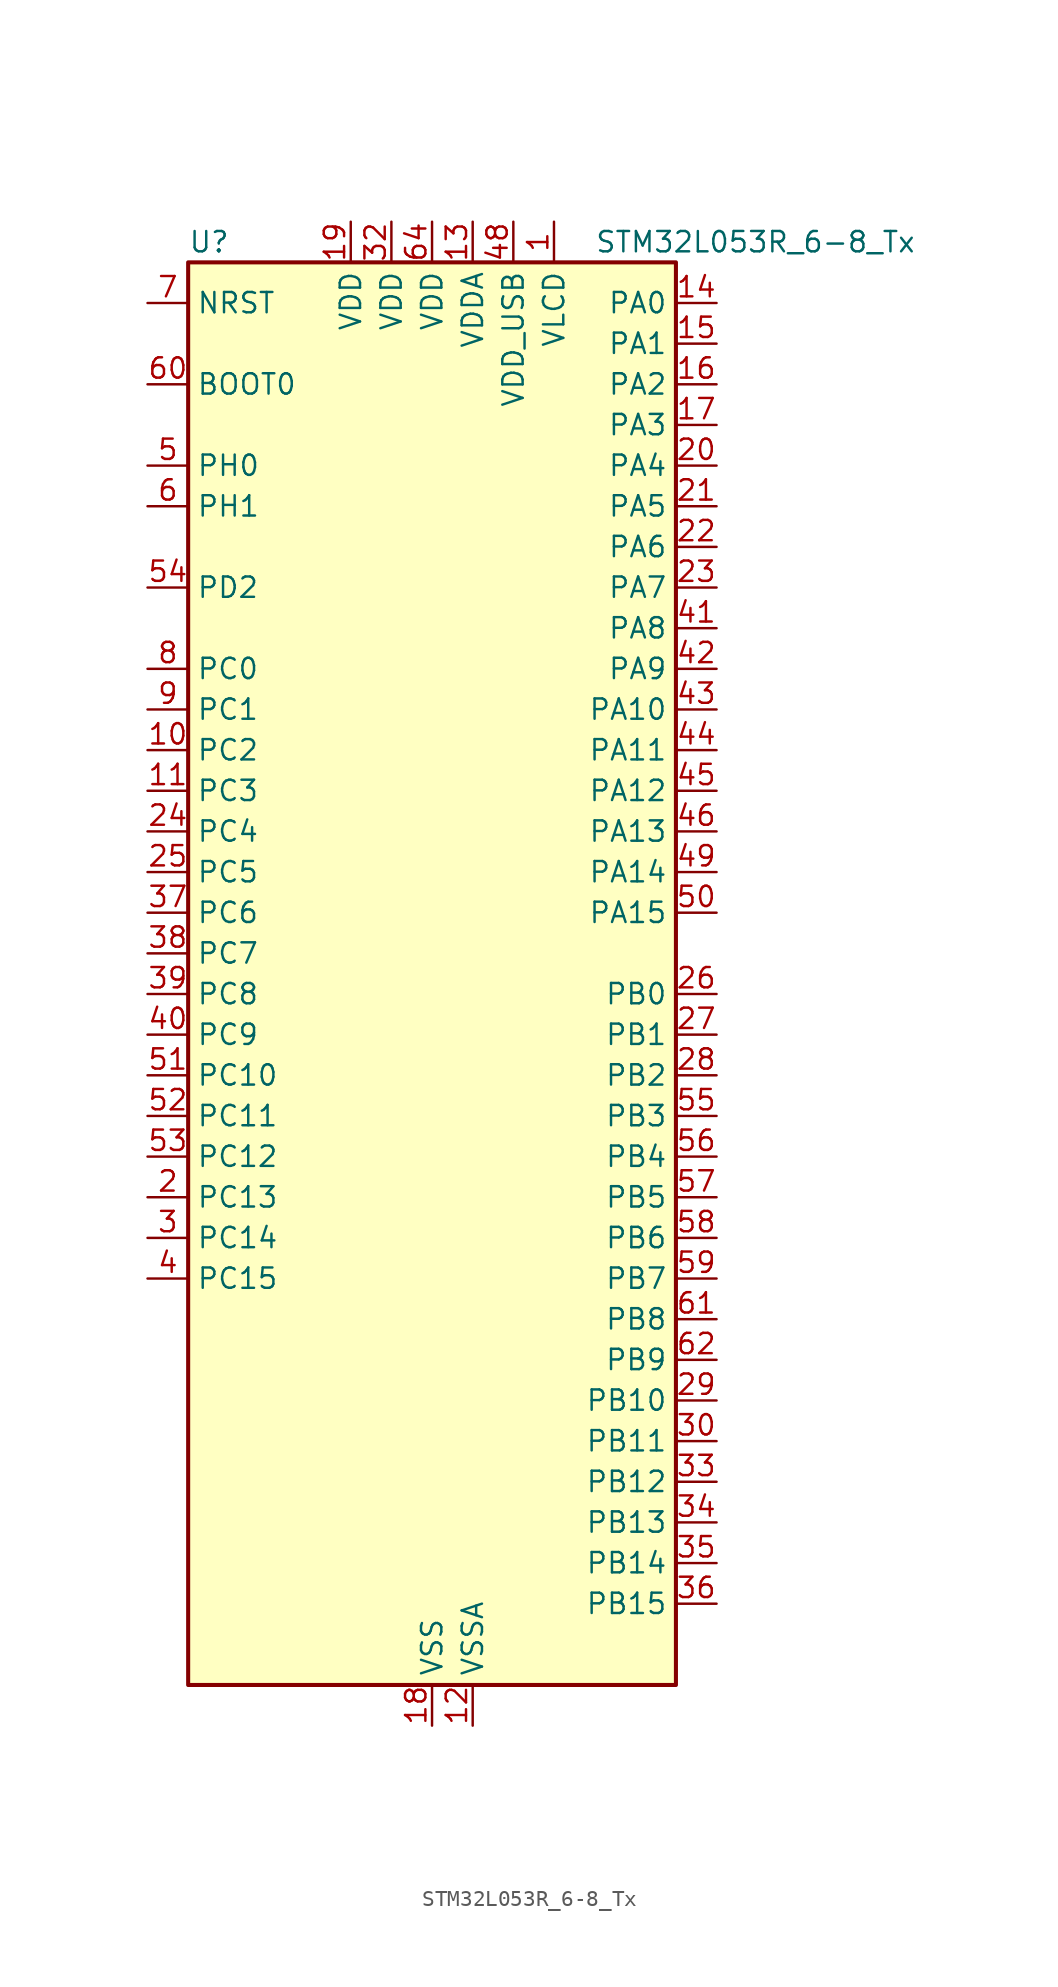
<source format=kicad_sym>
(kicad_symbol_lib
  (version 20220914)
  (generator kicad_symbol_editor)
  (symbol "STM32L053R_6-8_Tx"
    (property "Reference" "U"
      (at -15.24 46.99 0)
      (effects (font (size 1.27 1.27)) (justify left)))
    (property "Value" "STM32L053R_6-8_Tx"
      (at 10.16 46.99 0)
      (effects (font (size 1.27 1.27)) (justify left)))
    (property "ki_locked" ""
      (at 0 0 0)
      (effects (font (size 1.27 1.27))))
    (symbol "STM32L053R_6-8_Tx_0_1"
      (rectangle (start -15.24 -43.18) (end 15.24 45.72) (stroke (width 0.254) (type default)) (fill (type background))))
    (symbol "STM32L053R_6-8_Tx_1_1"
      (pin power_in line (at 7.62 48.26 270) (length 2.54) (name "VLCD" (effects (font (size 1.27 1.27)))) (number "1" (effects (font (size 1.27 1.27)))))
      (pin bidirectional line (at -17.78 15.24 0) (length 2.54) (name "PC2" (effects (font (size 1.27 1.27)))) (number "10" (effects (font (size 1.27 1.27)))) (alternate "ADC_IN12" bidirectional line) (alternate "I2S2_MCK" bidirectional line) (alternate "LCD_SEG20" bidirectional line) (alternate "LPTIM1_IN2" bidirectional line) (alternate "SPI2_MISO" bidirectional line) (alternate "TSC_G7_IO3" bidirectional line))
      (pin bidirectional line (at -17.78 12.7 0) (length 2.54) (name "PC3" (effects (font (size 1.27 1.27)))) (number "11" (effects (font (size 1.27 1.27)))) (alternate "ADC_IN13" bidirectional line) (alternate "I2S2_SD" bidirectional line) (alternate "LCD_SEG21" bidirectional line) (alternate "LPTIM1_ETR" bidirectional line) (alternate "SPI2_MOSI" bidirectional line) (alternate "TSC_G7_IO4" bidirectional line))
      (pin power_in line (at 2.54 -45.72 90) (length 2.54) (name "VSSA" (effects (font (size 1.27 1.27)))) (number "12" (effects (font (size 1.27 1.27)))))
      (pin power_in line (at 2.54 48.26 270) (length 2.54) (name "VDDA" (effects (font (size 1.27 1.27)))) (number "13" (effects (font (size 1.27 1.27)))))
      (pin bidirectional line (at 17.78 43.18 180) (length 2.54) (name "PA0" (effects (font (size 1.27 1.27)))) (number "14" (effects (font (size 1.27 1.27)))) (alternate "ADC_IN0" bidirectional line) (alternate "COMP1_INM" bidirectional line) (alternate "COMP1_OUT" bidirectional line) (alternate "RTC_TAMP2" bidirectional line) (alternate "SYS_WKUP1" bidirectional line) (alternate "TIM2_CH1" bidirectional line) (alternate "TIM2_ETR" bidirectional line) (alternate "TSC_G1_IO1" bidirectional line) (alternate "USART2_CTS" bidirectional line))
      (pin bidirectional line (at 17.78 40.64 180) (length 2.54) (name "PA1" (effects (font (size 1.27 1.27)))) (number "15" (effects (font (size 1.27 1.27)))) (alternate "ADC_IN1" bidirectional line) (alternate "COMP1_INP" bidirectional line) (alternate "LCD_SEG0" bidirectional line) (alternate "TIM21_ETR" bidirectional line) (alternate "TIM2_CH2" bidirectional line) (alternate "TSC_G1_IO2" bidirectional line) (alternate "USART2_DE" bidirectional line) (alternate "USART2_RTS" bidirectional line))
      (pin bidirectional line (at 17.78 38.1 180) (length 2.54) (name "PA2" (effects (font (size 1.27 1.27)))) (number "16" (effects (font (size 1.27 1.27)))) (alternate "ADC_IN2" bidirectional line) (alternate "COMP2_INM" bidirectional line) (alternate "COMP2_OUT" bidirectional line) (alternate "LCD_SEG1" bidirectional line) (alternate "TIM21_CH1" bidirectional line) (alternate "TIM2_CH3" bidirectional line) (alternate "TSC_G1_IO3" bidirectional line) (alternate "USART2_TX" bidirectional line))
      (pin bidirectional line (at 17.78 35.56 180) (length 2.54) (name "PA3" (effects (font (size 1.27 1.27)))) (number "17" (effects (font (size 1.27 1.27)))) (alternate "ADC_IN3" bidirectional line) (alternate "COMP2_INP" bidirectional line) (alternate "LCD_SEG2" bidirectional line) (alternate "TIM21_CH2" bidirectional line) (alternate "TIM2_CH4" bidirectional line) (alternate "TSC_G1_IO4" bidirectional line) (alternate "USART2_RX" bidirectional line))
      (pin power_in line (at 0 -45.72 90) (length 2.54) (name "VSS" (effects (font (size 1.27 1.27)))) (number "18" (effects (font (size 1.27 1.27)))))
      (pin power_in line (at -5.08 48.26 270) (length 2.54) (name "VDD" (effects (font (size 1.27 1.27)))) (number "19" (effects (font (size 1.27 1.27)))))
      (pin bidirectional line (at -17.78 -12.7 0) (length 2.54) (name "PC13" (effects (font (size 1.27 1.27)))) (number "2" (effects (font (size 1.27 1.27)))) (alternate "RTC_OUT_ALARM" bidirectional line) (alternate "RTC_OUT_CALIB" bidirectional line) (alternate "RTC_TAMP1" bidirectional line) (alternate "RTC_TS" bidirectional line) (alternate "SYS_WKUP2" bidirectional line))
      (pin bidirectional line (at 17.78 33.02 180) (length 2.54) (name "PA4" (effects (font (size 1.27 1.27)))) (number "20" (effects (font (size 1.27 1.27)))) (alternate "ADC_IN4" bidirectional line) (alternate "COMP1_INM" bidirectional line) (alternate "COMP2_INM" bidirectional line) (alternate "DAC_OUT1" bidirectional line) (alternate "SPI1_NSS" bidirectional line) (alternate "TIM22_ETR" bidirectional line) (alternate "TSC_G2_IO1" bidirectional line) (alternate "USART2_CK" bidirectional line))
      (pin bidirectional line (at 17.78 30.48 180) (length 2.54) (name "PA5" (effects (font (size 1.27 1.27)))) (number "21" (effects (font (size 1.27 1.27)))) (alternate "ADC_IN5" bidirectional line) (alternate "COMP1_INM" bidirectional line) (alternate "COMP2_INM" bidirectional line) (alternate "SPI1_SCK" bidirectional line) (alternate "TIM2_CH1" bidirectional line) (alternate "TIM2_ETR" bidirectional line) (alternate "TSC_G2_IO2" bidirectional line))
      (pin bidirectional line (at 17.78 27.94 180) (length 2.54) (name "PA6" (effects (font (size 1.27 1.27)))) (number "22" (effects (font (size 1.27 1.27)))) (alternate "ADC_IN6" bidirectional line) (alternate "COMP1_OUT" bidirectional line) (alternate "LCD_SEG3" bidirectional line) (alternate "LPUART1_CTS" bidirectional line) (alternate "SPI1_MISO" bidirectional line) (alternate "TIM22_CH1" bidirectional line) (alternate "TSC_G2_IO3" bidirectional line))
      (pin bidirectional line (at 17.78 25.4 180) (length 2.54) (name "PA7" (effects (font (size 1.27 1.27)))) (number "23" (effects (font (size 1.27 1.27)))) (alternate "ADC_IN7" bidirectional line) (alternate "COMP2_OUT" bidirectional line) (alternate "LCD_SEG4" bidirectional line) (alternate "SPI1_MOSI" bidirectional line) (alternate "TIM22_CH2" bidirectional line) (alternate "TSC_G2_IO4" bidirectional line))
      (pin bidirectional line (at -17.78 10.16 0) (length 2.54) (name "PC4" (effects (font (size 1.27 1.27)))) (number "24" (effects (font (size 1.27 1.27)))) (alternate "ADC_IN14" bidirectional line) (alternate "LCD_SEG22" bidirectional line) (alternate "LPUART1_TX" bidirectional line))
      (pin bidirectional line (at -17.78 7.62 0) (length 2.54) (name "PC5" (effects (font (size 1.27 1.27)))) (number "25" (effects (font (size 1.27 1.27)))) (alternate "ADC_IN15" bidirectional line) (alternate "LCD_SEG23" bidirectional line) (alternate "LPUART1_RX" bidirectional line) (alternate "TSC_G3_IO1" bidirectional line))
      (pin bidirectional line (at 17.78 0 180) (length 2.54) (name "PB0" (effects (font (size 1.27 1.27)))) (number "26" (effects (font (size 1.27 1.27)))) (alternate "ADC_IN8" bidirectional line) (alternate "LCD_SEG5" bidirectional line) (alternate "LCD_VLCD3" bidirectional line) (alternate "SYS_VREF_OUT_PB0" bidirectional line) (alternate "TSC_G3_IO2" bidirectional line))
      (pin bidirectional line (at 17.78 -2.54 180) (length 2.54) (name "PB1" (effects (font (size 1.27 1.27)))) (number "27" (effects (font (size 1.27 1.27)))) (alternate "ADC_IN9" bidirectional line) (alternate "LCD_SEG6" bidirectional line) (alternate "LPUART1_DE" bidirectional line) (alternate "LPUART1_RTS" bidirectional line) (alternate "SYS_VREF_OUT_PB1" bidirectional line) (alternate "TSC_G3_IO3" bidirectional line))
      (pin bidirectional line (at 17.78 -5.08 180) (length 2.54) (name "PB2" (effects (font (size 1.27 1.27)))) (number "28" (effects (font (size 1.27 1.27)))) (alternate "LCD_VLCD1" bidirectional line) (alternate "LPTIM1_OUT" bidirectional line) (alternate "TSC_G3_IO4" bidirectional line))
      (pin bidirectional line (at 17.78 -25.4 180) (length 2.54) (name "PB10" (effects (font (size 1.27 1.27)))) (number "29" (effects (font (size 1.27 1.27)))) (alternate "I2C2_SCL" bidirectional line) (alternate "LCD_SEG10" bidirectional line) (alternate "LPUART1_TX" bidirectional line) (alternate "SPI2_SCK" bidirectional line) (alternate "TIM2_CH3" bidirectional line) (alternate "TSC_SYNC" bidirectional line))
      (pin bidirectional line (at -17.78 -15.24 0) (length 2.54) (name "PC14" (effects (font (size 1.27 1.27)))) (number "3" (effects (font (size 1.27 1.27)))) (alternate "RCC_OSC32_IN" bidirectional line))
      (pin bidirectional line (at 17.78 -27.94 180) (length 2.54) (name "PB11" (effects (font (size 1.27 1.27)))) (number "30" (effects (font (size 1.27 1.27)))) (alternate "ADC_EXTI11" bidirectional line) (alternate "I2C2_SDA" bidirectional line) (alternate "LCD_SEG11" bidirectional line) (alternate "LPUART1_RX" bidirectional line) (alternate "TIM2_CH4" bidirectional line) (alternate "TSC_G6_IO1" bidirectional line))
      (pin passive line (at 0 -45.72 90) (length 2.54) hide (name "VSS" (effects (font (size 1.27 1.27)))) (number "31" (effects (font (size 1.27 1.27)))))
      (pin power_in line (at -2.54 48.26 270) (length 2.54) (name "VDD" (effects (font (size 1.27 1.27)))) (number "32" (effects (font (size 1.27 1.27)))))
      (pin bidirectional line (at 17.78 -30.48 180) (length 2.54) (name "PB12" (effects (font (size 1.27 1.27)))) (number "33" (effects (font (size 1.27 1.27)))) (alternate "I2S2_WS" bidirectional line) (alternate "LCD_SEG12" bidirectional line) (alternate "LCD_VLCD2" bidirectional line) (alternate "LPUART1_DE" bidirectional line) (alternate "LPUART1_RTS" bidirectional line) (alternate "SPI2_NSS" bidirectional line) (alternate "TSC_G6_IO2" bidirectional line))
      (pin bidirectional line (at 17.78 -33.02 180) (length 2.54) (name "PB13" (effects (font (size 1.27 1.27)))) (number "34" (effects (font (size 1.27 1.27)))) (alternate "I2C2_SCL" bidirectional line) (alternate "I2S2_CK" bidirectional line) (alternate "LCD_SEG13" bidirectional line) (alternate "LPUART1_CTS" bidirectional line) (alternate "SPI2_SCK" bidirectional line) (alternate "TIM21_CH1" bidirectional line) (alternate "TSC_G6_IO3" bidirectional line))
      (pin bidirectional line (at 17.78 -35.56 180) (length 2.54) (name "PB14" (effects (font (size 1.27 1.27)))) (number "35" (effects (font (size 1.27 1.27)))) (alternate "I2C2_SDA" bidirectional line) (alternate "I2S2_MCK" bidirectional line) (alternate "LCD_SEG14" bidirectional line) (alternate "LPUART1_DE" bidirectional line) (alternate "LPUART1_RTS" bidirectional line) (alternate "RTC_OUT_ALARM" bidirectional line) (alternate "RTC_OUT_CALIB" bidirectional line) (alternate "SPI2_MISO" bidirectional line) (alternate "TIM21_CH2" bidirectional line) (alternate "TSC_G6_IO4" bidirectional line))
      (pin bidirectional line (at 17.78 -38.1 180) (length 2.54) (name "PB15" (effects (font (size 1.27 1.27)))) (number "36" (effects (font (size 1.27 1.27)))) (alternate "I2S2_SD" bidirectional line) (alternate "LCD_SEG15" bidirectional line) (alternate "RTC_REFIN" bidirectional line) (alternate "SPI2_MOSI" bidirectional line))
      (pin bidirectional line (at -17.78 5.08 0) (length 2.54) (name "PC6" (effects (font (size 1.27 1.27)))) (number "37" (effects (font (size 1.27 1.27)))) (alternate "LCD_SEG24" bidirectional line) (alternate "TIM22_CH1" bidirectional line) (alternate "TSC_G8_IO1" bidirectional line))
      (pin bidirectional line (at -17.78 2.54 0) (length 2.54) (name "PC7" (effects (font (size 1.27 1.27)))) (number "38" (effects (font (size 1.27 1.27)))) (alternate "LCD_SEG25" bidirectional line) (alternate "TIM22_CH2" bidirectional line) (alternate "TSC_G8_IO2" bidirectional line))
      (pin bidirectional line (at -17.78 0 0) (length 2.54) (name "PC8" (effects (font (size 1.27 1.27)))) (number "39" (effects (font (size 1.27 1.27)))) (alternate "LCD_SEG26" bidirectional line) (alternate "TIM22_ETR" bidirectional line) (alternate "TSC_G8_IO3" bidirectional line))
      (pin bidirectional line (at -17.78 -17.78 0) (length 2.54) (name "PC15" (effects (font (size 1.27 1.27)))) (number "4" (effects (font (size 1.27 1.27)))) (alternate "RCC_OSC32_OUT" bidirectional line))
      (pin bidirectional line (at -17.78 -2.54 0) (length 2.54) (name "PC9" (effects (font (size 1.27 1.27)))) (number "40" (effects (font (size 1.27 1.27)))) (alternate "DAC_EXTI9" bidirectional line) (alternate "LCD_SEG27" bidirectional line) (alternate "TIM21_ETR" bidirectional line) (alternate "TSC_G8_IO4" bidirectional line) (alternate "USB_NOE" bidirectional line))
      (pin bidirectional line (at 17.78 22.86 180) (length 2.54) (name "PA8" (effects (font (size 1.27 1.27)))) (number "41" (effects (font (size 1.27 1.27)))) (alternate "CRS_SYNC" bidirectional line) (alternate "LCD_COM0" bidirectional line) (alternate "RCC_MCO" bidirectional line) (alternate "USART1_CK" bidirectional line))
      (pin bidirectional line (at 17.78 20.32 180) (length 2.54) (name "PA9" (effects (font (size 1.27 1.27)))) (number "42" (effects (font (size 1.27 1.27)))) (alternate "DAC_EXTI9" bidirectional line) (alternate "LCD_COM1" bidirectional line) (alternate "RCC_MCO" bidirectional line) (alternate "TSC_G4_IO1" bidirectional line) (alternate "USART1_TX" bidirectional line))
      (pin bidirectional line (at 17.78 17.78 180) (length 2.54) (name "PA10" (effects (font (size 1.27 1.27)))) (number "43" (effects (font (size 1.27 1.27)))) (alternate "LCD_COM2" bidirectional line) (alternate "TSC_G4_IO2" bidirectional line) (alternate "USART1_RX" bidirectional line))
      (pin bidirectional line (at 17.78 15.24 180) (length 2.54) (name "PA11" (effects (font (size 1.27 1.27)))) (number "44" (effects (font (size 1.27 1.27)))) (alternate "ADC_EXTI11" bidirectional line) (alternate "COMP1_OUT" bidirectional line) (alternate "SPI1_MISO" bidirectional line) (alternate "TSC_G4_IO3" bidirectional line) (alternate "USART1_CTS" bidirectional line) (alternate "USB_DM" bidirectional line))
      (pin bidirectional line (at 17.78 12.7 180) (length 2.54) (name "PA12" (effects (font (size 1.27 1.27)))) (number "45" (effects (font (size 1.27 1.27)))) (alternate "COMP2_OUT" bidirectional line) (alternate "SPI1_MOSI" bidirectional line) (alternate "TSC_G4_IO4" bidirectional line) (alternate "USART1_DE" bidirectional line) (alternate "USART1_RTS" bidirectional line) (alternate "USB_DP" bidirectional line))
      (pin bidirectional line (at 17.78 10.16 180) (length 2.54) (name "PA13" (effects (font (size 1.27 1.27)))) (number "46" (effects (font (size 1.27 1.27)))) (alternate "SYS_SWDIO" bidirectional line) (alternate "USB_NOE" bidirectional line))
      (pin passive line (at 0 -45.72 90) (length 2.54) hide (name "VSS" (effects (font (size 1.27 1.27)))) (number "47" (effects (font (size 1.27 1.27)))))
      (pin power_in line (at 5.08 48.26 270) (length 2.54) (name "VDD_USB" (effects (font (size 1.27 1.27)))) (number "48" (effects (font (size 1.27 1.27)))))
      (pin bidirectional line (at 17.78 7.62 180) (length 2.54) (name "PA14" (effects (font (size 1.27 1.27)))) (number "49" (effects (font (size 1.27 1.27)))) (alternate "SYS_SWCLK" bidirectional line) (alternate "USART2_TX" bidirectional line))
      (pin bidirectional line (at -17.78 33.02 0) (length 2.54) (name "PH0" (effects (font (size 1.27 1.27)))) (number "5" (effects (font (size 1.27 1.27)))) (alternate "CRS_SYNC" bidirectional line) (alternate "RCC_OSC_IN" bidirectional line))
      (pin bidirectional line (at 17.78 5.08 180) (length 2.54) (name "PA15" (effects (font (size 1.27 1.27)))) (number "50" (effects (font (size 1.27 1.27)))) (alternate "LCD_SEG17" bidirectional line) (alternate "SPI1_NSS" bidirectional line) (alternate "TIM2_CH1" bidirectional line) (alternate "TIM2_ETR" bidirectional line) (alternate "USART2_RX" bidirectional line))
      (pin bidirectional line (at -17.78 -5.08 0) (length 2.54) (name "PC10" (effects (font (size 1.27 1.27)))) (number "51" (effects (font (size 1.27 1.27)))) (alternate "LCD_COM4" bidirectional line) (alternate "LCD_SEG28" bidirectional line) (alternate "LPUART1_TX" bidirectional line))
      (pin bidirectional line (at -17.78 -7.62 0) (length 2.54) (name "PC11" (effects (font (size 1.27 1.27)))) (number "52" (effects (font (size 1.27 1.27)))) (alternate "ADC_EXTI11" bidirectional line) (alternate "LCD_COM5" bidirectional line) (alternate "LCD_SEG29" bidirectional line) (alternate "LPUART1_RX" bidirectional line))
      (pin bidirectional line (at -17.78 -10.16 0) (length 2.54) (name "PC12" (effects (font (size 1.27 1.27)))) (number "53" (effects (font (size 1.27 1.27)))) (alternate "LCD_COM6" bidirectional line) (alternate "LCD_SEG30" bidirectional line))
      (pin bidirectional line (at -17.78 25.4 0) (length 2.54) (name "PD2" (effects (font (size 1.27 1.27)))) (number "54" (effects (font (size 1.27 1.27)))) (alternate "LCD_COM7" bidirectional line) (alternate "LCD_SEG31" bidirectional line) (alternate "LPUART1_DE" bidirectional line) (alternate "LPUART1_RTS" bidirectional line))
      (pin bidirectional line (at 17.78 -7.62 180) (length 2.54) (name "PB3" (effects (font (size 1.27 1.27)))) (number "55" (effects (font (size 1.27 1.27)))) (alternate "COMP2_INM" bidirectional line) (alternate "LCD_SEG7" bidirectional line) (alternate "SPI1_SCK" bidirectional line) (alternate "TIM2_CH2" bidirectional line) (alternate "TSC_G5_IO1" bidirectional line))
      (pin bidirectional line (at 17.78 -10.16 180) (length 2.54) (name "PB4" (effects (font (size 1.27 1.27)))) (number "56" (effects (font (size 1.27 1.27)))) (alternate "COMP2_INP" bidirectional line) (alternate "LCD_SEG8" bidirectional line) (alternate "SPI1_MISO" bidirectional line) (alternate "TIM22_CH1" bidirectional line) (alternate "TSC_G5_IO2" bidirectional line))
      (pin bidirectional line (at 17.78 -12.7 180) (length 2.54) (name "PB5" (effects (font (size 1.27 1.27)))) (number "57" (effects (font (size 1.27 1.27)))) (alternate "COMP2_INP" bidirectional line) (alternate "I2C1_SMBA" bidirectional line) (alternate "LCD_SEG9" bidirectional line) (alternate "LPTIM1_IN1" bidirectional line) (alternate "SPI1_MOSI" bidirectional line) (alternate "TIM22_CH2" bidirectional line))
      (pin bidirectional line (at 17.78 -15.24 180) (length 2.54) (name "PB6" (effects (font (size 1.27 1.27)))) (number "58" (effects (font (size 1.27 1.27)))) (alternate "COMP2_INP" bidirectional line) (alternate "I2C1_SCL" bidirectional line) (alternate "LPTIM1_ETR" bidirectional line) (alternate "TSC_G5_IO3" bidirectional line) (alternate "USART1_TX" bidirectional line))
      (pin bidirectional line (at 17.78 -17.78 180) (length 2.54) (name "PB7" (effects (font (size 1.27 1.27)))) (number "59" (effects (font (size 1.27 1.27)))) (alternate "COMP2_INP" bidirectional line) (alternate "I2C1_SDA" bidirectional line) (alternate "LPTIM1_IN2" bidirectional line) (alternate "SYS_PVD_IN" bidirectional line) (alternate "TSC_G5_IO4" bidirectional line) (alternate "USART1_RX" bidirectional line))
      (pin bidirectional line (at -17.78 30.48 0) (length 2.54) (name "PH1" (effects (font (size 1.27 1.27)))) (number "6" (effects (font (size 1.27 1.27)))) (alternate "RCC_OSC_OUT" bidirectional line))
      (pin input line (at -17.78 38.1 0) (length 2.54) (name "BOOT0" (effects (font (size 1.27 1.27)))) (number "60" (effects (font (size 1.27 1.27)))))
      (pin bidirectional line (at 17.78 -20.32 180) (length 2.54) (name "PB8" (effects (font (size 1.27 1.27)))) (number "61" (effects (font (size 1.27 1.27)))) (alternate "I2C1_SCL" bidirectional line) (alternate "LCD_SEG16" bidirectional line) (alternate "TSC_SYNC" bidirectional line))
      (pin bidirectional line (at 17.78 -22.86 180) (length 2.54) (name "PB9" (effects (font (size 1.27 1.27)))) (number "62" (effects (font (size 1.27 1.27)))) (alternate "DAC_EXTI9" bidirectional line) (alternate "I2C1_SDA" bidirectional line) (alternate "I2S2_WS" bidirectional line) (alternate "LCD_COM3" bidirectional line) (alternate "SPI2_NSS" bidirectional line))
      (pin passive line (at 0 -45.72 90) (length 2.54) hide (name "VSS" (effects (font (size 1.27 1.27)))) (number "63" (effects (font (size 1.27 1.27)))))
      (pin power_in line (at 0 48.26 270) (length 2.54) (name "VDD" (effects (font (size 1.27 1.27)))) (number "64" (effects (font (size 1.27 1.27)))))
      (pin input line (at -17.78 43.18 0) (length 2.54) (name "NRST" (effects (font (size 1.27 1.27)))) (number "7" (effects (font (size 1.27 1.27)))))
      (pin bidirectional line (at -17.78 20.32 0) (length 2.54) (name "PC0" (effects (font (size 1.27 1.27)))) (number "8" (effects (font (size 1.27 1.27)))) (alternate "ADC_IN10" bidirectional line) (alternate "LCD_SEG18" bidirectional line) (alternate "LPTIM1_IN1" bidirectional line) (alternate "TSC_G7_IO1" bidirectional line))
      (pin bidirectional line (at -17.78 17.78 0) (length 2.54) (name "PC1" (effects (font (size 1.27 1.27)))) (number "9" (effects (font (size 1.27 1.27)))) (alternate "ADC_IN11" bidirectional line) (alternate "LCD_SEG19" bidirectional line) (alternate "LPTIM1_OUT" bidirectional line) (alternate "TSC_G7_IO2" bidirectional line)))))
</source>
